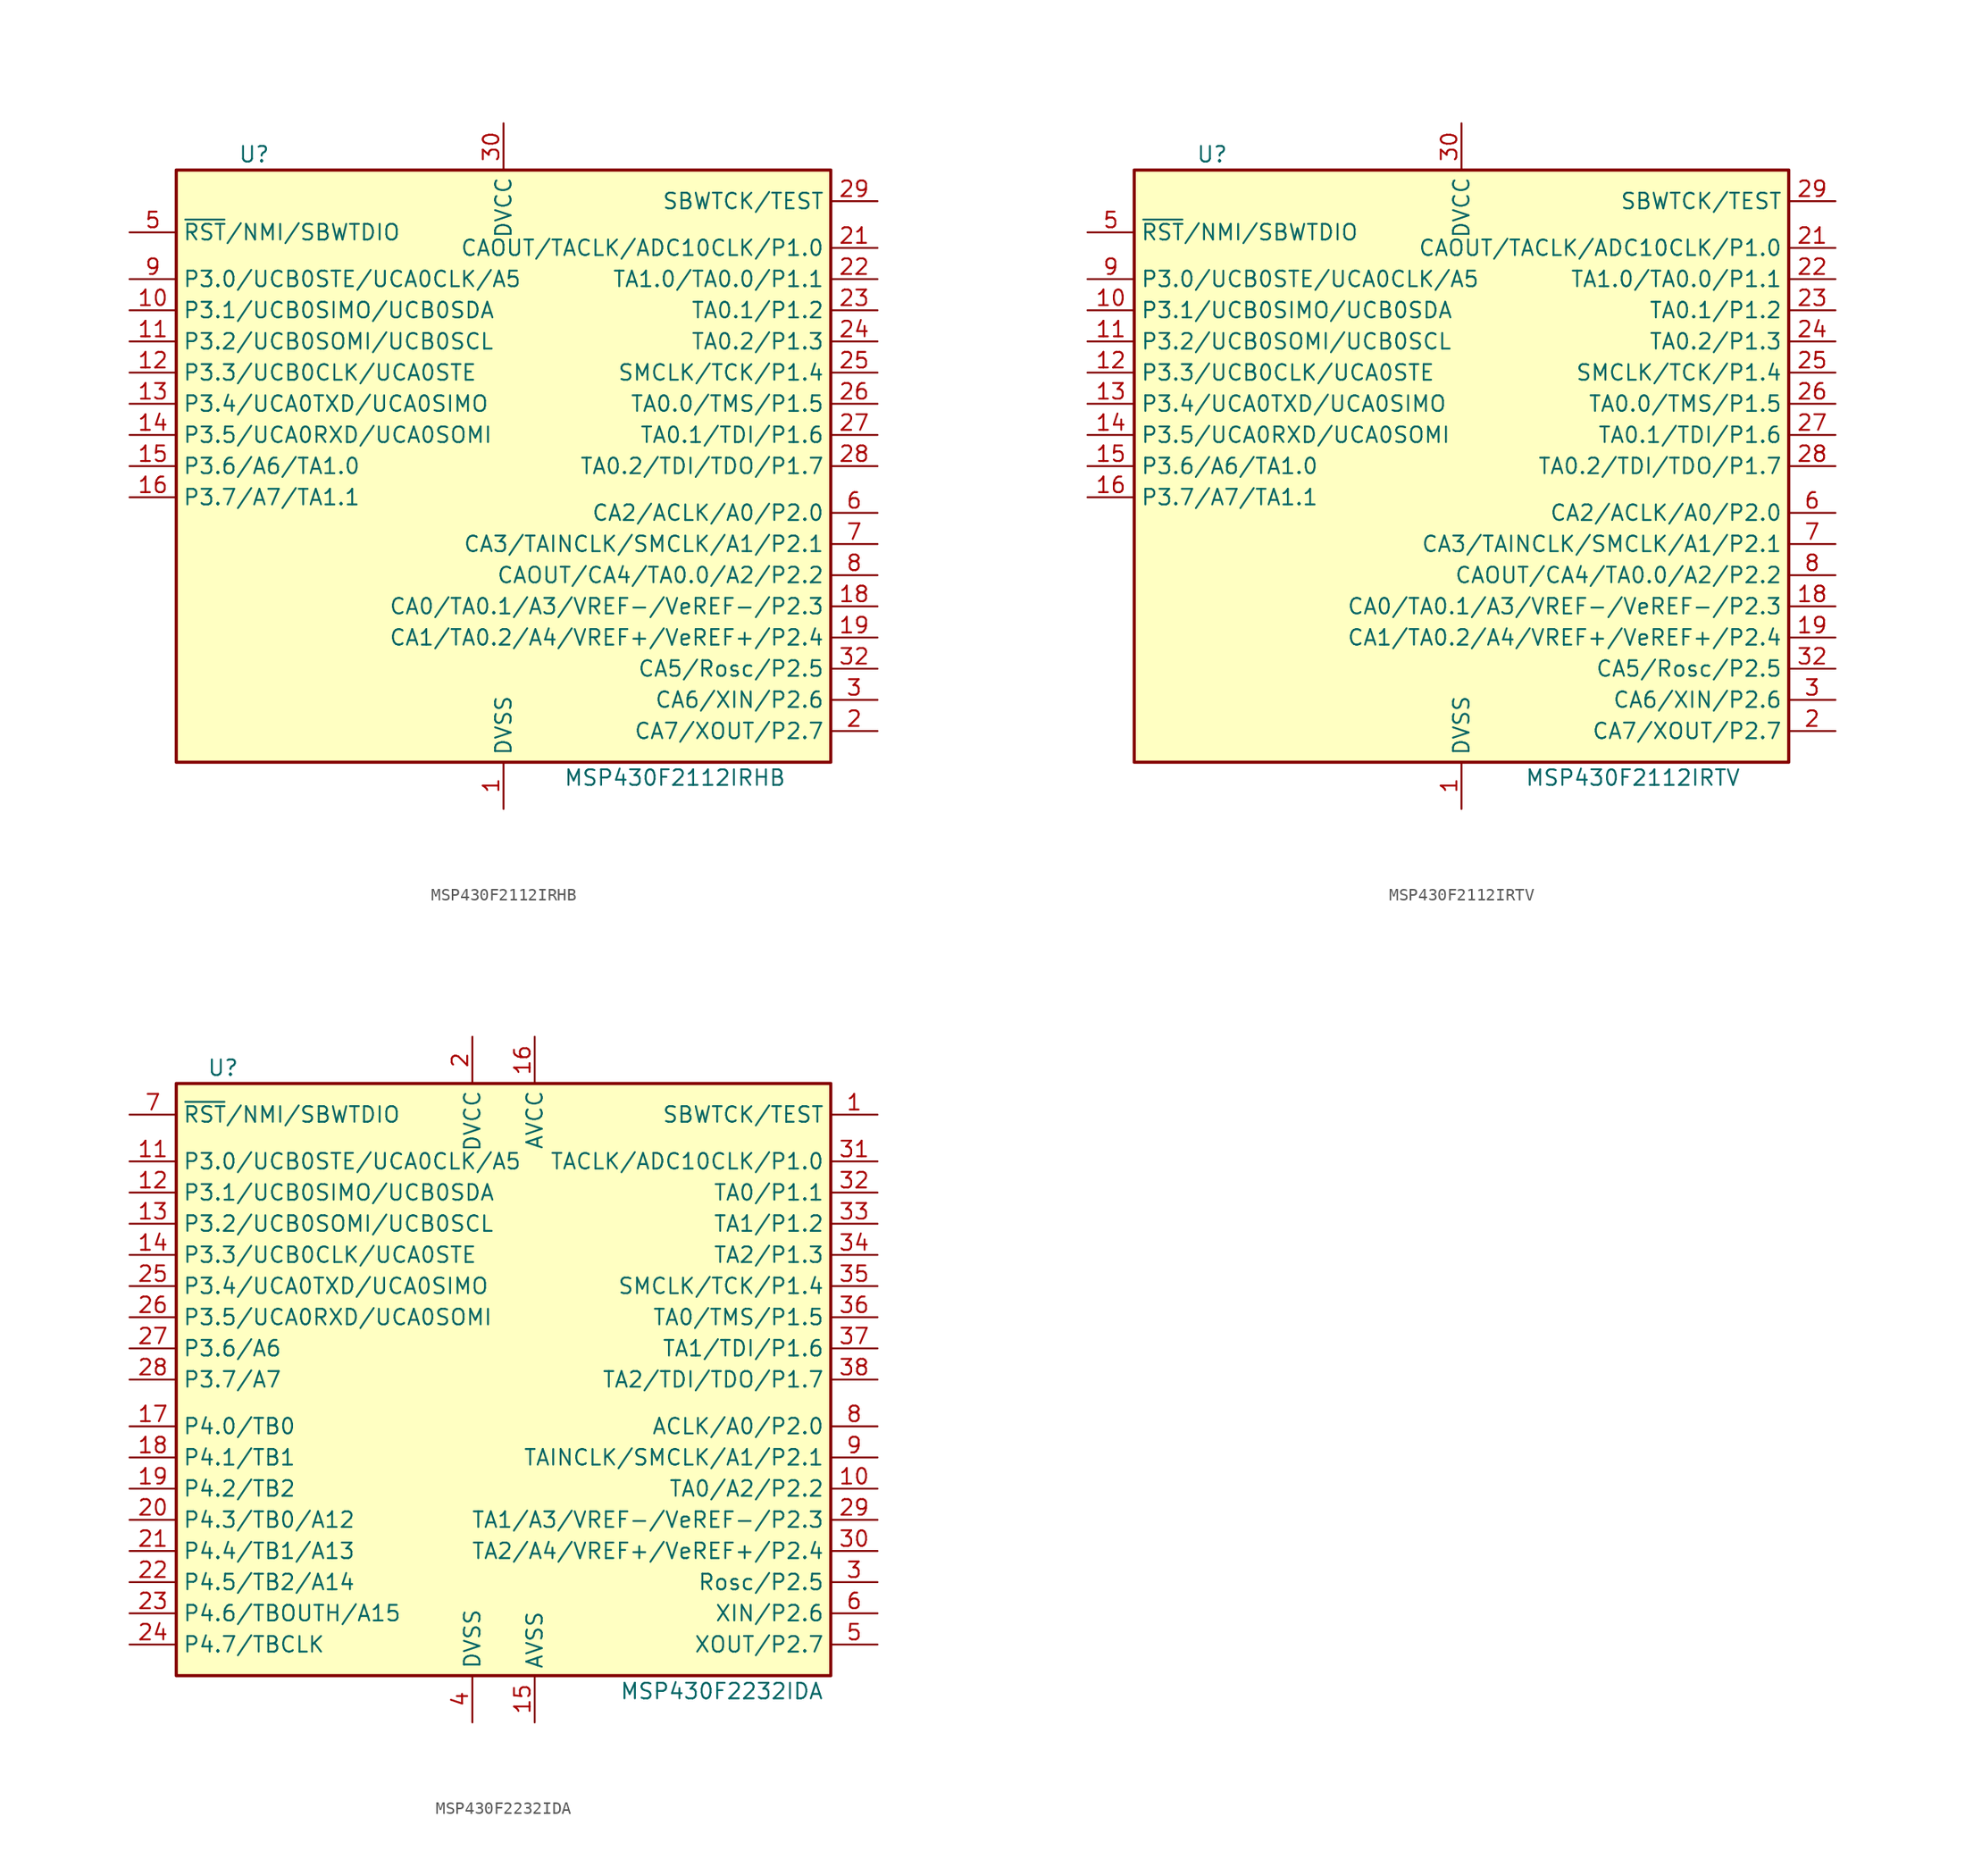
<source format=kicad_sym>
(kicad_symbol_lib
  (version 20220914)
  (generator kicad_symbol_editor)
  (symbol "MSP430F2112IRHB"
    (property "Reference" "U"
      (at -20.32 25.4 0)
      (effects (font (size 1.27 1.27))))
    (property "Value" "MSP430F2112IRHB"
      (at 13.97 -25.4 0)
      (effects (font (size 1.27 1.27))))
    (symbol "MSP430F2112IRHB_0_1"
      (rectangle (start -26.67 24.13) (end 26.67 -24.13) (stroke (width 0.254) (type default)) (fill (type background))))
    (symbol "MSP430F2112IRHB_1_1"
      (pin power_in line (at 0 -27.94 90) (length 3.81) (name "DVSS" (effects (font (size 1.27 1.27)))) (number "1" (effects (font (size 1.27 1.27)))))
      (pin bidirectional line (at -30.48 12.7 0) (length 3.81) (name "P3.1/UCB0SIMO/UCB0SDA" (effects (font (size 1.27 1.27)))) (number "10" (effects (font (size 1.27 1.27)))))
      (pin bidirectional line (at -30.48 10.16 0) (length 3.81) (name "P3.2/UCB0SOMI/UCB0SCL" (effects (font (size 1.27 1.27)))) (number "11" (effects (font (size 1.27 1.27)))))
      (pin bidirectional line (at -30.48 7.62 0) (length 3.81) (name "P3.3/UCB0CLK/UCA0STE" (effects (font (size 1.27 1.27)))) (number "12" (effects (font (size 1.27 1.27)))))
      (pin bidirectional line (at -30.48 5.08 0) (length 3.81) (name "P3.4/UCA0TXD/UCA0SIMO" (effects (font (size 1.27 1.27)))) (number "13" (effects (font (size 1.27 1.27)))))
      (pin bidirectional line (at -30.48 2.54 0) (length 3.81) (name "P3.5/UCA0RXD/UCA0SOMI" (effects (font (size 1.27 1.27)))) (number "14" (effects (font (size 1.27 1.27)))))
      (pin bidirectional line (at -30.48 0 0) (length 3.81) (name "P3.6/A6/TA1.0" (effects (font (size 1.27 1.27)))) (number "15" (effects (font (size 1.27 1.27)))))
      (pin bidirectional line (at -30.48 -2.54 0) (length 3.81) (name "P3.7/A7/TA1.1" (effects (font (size 1.27 1.27)))) (number "16" (effects (font (size 1.27 1.27)))))
      (pin bidirectional line (at 30.48 -11.43 180) (length 3.81) (name "CA0/TA0.1/A3/VREF-/VeREF-/P2.3" (effects (font (size 1.27 1.27)))) (number "18" (effects (font (size 1.27 1.27)))))
      (pin bidirectional line (at 30.48 -13.97 180) (length 3.81) (name "CA1/TA0.2/A4/VREF+/VeREF+/P2.4" (effects (font (size 1.27 1.27)))) (number "19" (effects (font (size 1.27 1.27)))))
      (pin bidirectional line (at 30.48 -21.59 180) (length 3.81) (name "CA7/XOUT/P2.7" (effects (font (size 1.27 1.27)))) (number "2" (effects (font (size 1.27 1.27)))))
      (pin bidirectional line (at 30.48 17.78 180) (length 3.81) (name "CAOUT/TACLK/ADC10CLK/P1.0" (effects (font (size 1.27 1.27)))) (number "21" (effects (font (size 1.27 1.27)))))
      (pin bidirectional line (at 30.48 15.24 180) (length 3.81) (name "TA1.0/TA0.0/P1.1" (effects (font (size 1.27 1.27)))) (number "22" (effects (font (size 1.27 1.27)))))
      (pin bidirectional line (at 30.48 12.7 180) (length 3.81) (name "TA0.1/P1.2" (effects (font (size 1.27 1.27)))) (number "23" (effects (font (size 1.27 1.27)))))
      (pin bidirectional line (at 30.48 10.16 180) (length 3.81) (name "TA0.2/P1.3" (effects (font (size 1.27 1.27)))) (number "24" (effects (font (size 1.27 1.27)))))
      (pin bidirectional line (at 30.48 7.62 180) (length 3.81) (name "SMCLK/TCK/P1.4" (effects (font (size 1.27 1.27)))) (number "25" (effects (font (size 1.27 1.27)))))
      (pin bidirectional line (at 30.48 5.08 180) (length 3.81) (name "TA0.0/TMS/P1.5" (effects (font (size 1.27 1.27)))) (number "26" (effects (font (size 1.27 1.27)))))
      (pin bidirectional line (at 30.48 2.54 180) (length 3.81) (name "TA0.1/TDI/P1.6" (effects (font (size 1.27 1.27)))) (number "27" (effects (font (size 1.27 1.27)))))
      (pin bidirectional line (at 30.48 0 180) (length 3.81) (name "TA0.2/TDI/TDO/P1.7" (effects (font (size 1.27 1.27)))) (number "28" (effects (font (size 1.27 1.27)))))
      (pin input line (at 30.48 21.59 180) (length 3.81) (name "SBWTCK/TEST" (effects (font (size 1.27 1.27)))) (number "29" (effects (font (size 1.27 1.27)))))
      (pin bidirectional line (at 30.48 -19.05 180) (length 3.81) (name "CA6/XIN/P2.6" (effects (font (size 1.27 1.27)))) (number "3" (effects (font (size 1.27 1.27)))))
      (pin power_in line (at 0 27.94 270) (length 3.81) (name "DVCC" (effects (font (size 1.27 1.27)))) (number "30" (effects (font (size 1.27 1.27)))))
      (pin bidirectional line (at 30.48 -16.51 180) (length 3.81) (name "CA5/Rosc/P2.5" (effects (font (size 1.27 1.27)))) (number "32" (effects (font (size 1.27 1.27)))))
      (pin bidirectional line (at -30.48 19.05 0) (length 3.81) (name "~{RST}/NMI/SBWTDIO" (effects (font (size 1.27 1.27)))) (number "5" (effects (font (size 1.27 1.27)))))
      (pin bidirectional line (at 30.48 -3.81 180) (length 3.81) (name "CA2/ACLK/A0/P2.0" (effects (font (size 1.27 1.27)))) (number "6" (effects (font (size 1.27 1.27)))))
      (pin bidirectional line (at 30.48 -6.35 180) (length 3.81) (name "CA3/TAINCLK/SMCLK/A1/P2.1" (effects (font (size 1.27 1.27)))) (number "7" (effects (font (size 1.27 1.27)))))
      (pin bidirectional line (at 30.48 -8.89 180) (length 3.81) (name "CAOUT/CA4/TA0.0/A2/P2.2" (effects (font (size 1.27 1.27)))) (number "8" (effects (font (size 1.27 1.27)))))
      (pin bidirectional line (at -30.48 15.24 0) (length 3.81) (name "P3.0/UCB0STE/UCA0CLK/A5" (effects (font (size 1.27 1.27)))) (number "9" (effects (font (size 1.27 1.27)))))))
  (symbol "MSP430F2112IRTV"
    (property "Reference" "U"
      (at -20.32 25.4 0)
      (effects (font (size 1.27 1.27))))
    (property "Value" "MSP430F2112IRTV"
      (at 13.97 -25.4 0)
      (effects (font (size 1.27 1.27))))
    (symbol "MSP430F2112IRTV_0_1"
      (rectangle (start -26.67 24.13) (end 26.67 -24.13) (stroke (width 0.254) (type default)) (fill (type background))))
    (symbol "MSP430F2112IRTV_1_1"
      (pin power_in line (at 0 -27.94 90) (length 3.81) (name "DVSS" (effects (font (size 1.27 1.27)))) (number "1" (effects (font (size 1.27 1.27)))))
      (pin bidirectional line (at -30.48 12.7 0) (length 3.81) (name "P3.1/UCB0SIMO/UCB0SDA" (effects (font (size 1.27 1.27)))) (number "10" (effects (font (size 1.27 1.27)))))
      (pin bidirectional line (at -30.48 10.16 0) (length 3.81) (name "P3.2/UCB0SOMI/UCB0SCL" (effects (font (size 1.27 1.27)))) (number "11" (effects (font (size 1.27 1.27)))))
      (pin bidirectional line (at -30.48 7.62 0) (length 3.81) (name "P3.3/UCB0CLK/UCA0STE" (effects (font (size 1.27 1.27)))) (number "12" (effects (font (size 1.27 1.27)))))
      (pin bidirectional line (at -30.48 5.08 0) (length 3.81) (name "P3.4/UCA0TXD/UCA0SIMO" (effects (font (size 1.27 1.27)))) (number "13" (effects (font (size 1.27 1.27)))))
      (pin bidirectional line (at -30.48 2.54 0) (length 3.81) (name "P3.5/UCA0RXD/UCA0SOMI" (effects (font (size 1.27 1.27)))) (number "14" (effects (font (size 1.27 1.27)))))
      (pin bidirectional line (at -30.48 0 0) (length 3.81) (name "P3.6/A6/TA1.0" (effects (font (size 1.27 1.27)))) (number "15" (effects (font (size 1.27 1.27)))))
      (pin bidirectional line (at -30.48 -2.54 0) (length 3.81) (name "P3.7/A7/TA1.1" (effects (font (size 1.27 1.27)))) (number "16" (effects (font (size 1.27 1.27)))))
      (pin bidirectional line (at 30.48 -11.43 180) (length 3.81) (name "CA0/TA0.1/A3/VREF-/VeREF-/P2.3" (effects (font (size 1.27 1.27)))) (number "18" (effects (font (size 1.27 1.27)))))
      (pin bidirectional line (at 30.48 -13.97 180) (length 3.81) (name "CA1/TA0.2/A4/VREF+/VeREF+/P2.4" (effects (font (size 1.27 1.27)))) (number "19" (effects (font (size 1.27 1.27)))))
      (pin bidirectional line (at 30.48 -21.59 180) (length 3.81) (name "CA7/XOUT/P2.7" (effects (font (size 1.27 1.27)))) (number "2" (effects (font (size 1.27 1.27)))))
      (pin bidirectional line (at 30.48 17.78 180) (length 3.81) (name "CAOUT/TACLK/ADC10CLK/P1.0" (effects (font (size 1.27 1.27)))) (number "21" (effects (font (size 1.27 1.27)))))
      (pin bidirectional line (at 30.48 15.24 180) (length 3.81) (name "TA1.0/TA0.0/P1.1" (effects (font (size 1.27 1.27)))) (number "22" (effects (font (size 1.27 1.27)))))
      (pin bidirectional line (at 30.48 12.7 180) (length 3.81) (name "TA0.1/P1.2" (effects (font (size 1.27 1.27)))) (number "23" (effects (font (size 1.27 1.27)))))
      (pin bidirectional line (at 30.48 10.16 180) (length 3.81) (name "TA0.2/P1.3" (effects (font (size 1.27 1.27)))) (number "24" (effects (font (size 1.27 1.27)))))
      (pin bidirectional line (at 30.48 7.62 180) (length 3.81) (name "SMCLK/TCK/P1.4" (effects (font (size 1.27 1.27)))) (number "25" (effects (font (size 1.27 1.27)))))
      (pin bidirectional line (at 30.48 5.08 180) (length 3.81) (name "TA0.0/TMS/P1.5" (effects (font (size 1.27 1.27)))) (number "26" (effects (font (size 1.27 1.27)))))
      (pin bidirectional line (at 30.48 2.54 180) (length 3.81) (name "TA0.1/TDI/P1.6" (effects (font (size 1.27 1.27)))) (number "27" (effects (font (size 1.27 1.27)))))
      (pin bidirectional line (at 30.48 0 180) (length 3.81) (name "TA0.2/TDI/TDO/P1.7" (effects (font (size 1.27 1.27)))) (number "28" (effects (font (size 1.27 1.27)))))
      (pin input line (at 30.48 21.59 180) (length 3.81) (name "SBWTCK/TEST" (effects (font (size 1.27 1.27)))) (number "29" (effects (font (size 1.27 1.27)))))
      (pin bidirectional line (at 30.48 -19.05 180) (length 3.81) (name "CA6/XIN/P2.6" (effects (font (size 1.27 1.27)))) (number "3" (effects (font (size 1.27 1.27)))))
      (pin power_in line (at 0 27.94 270) (length 3.81) (name "DVCC" (effects (font (size 1.27 1.27)))) (number "30" (effects (font (size 1.27 1.27)))))
      (pin bidirectional line (at 30.48 -16.51 180) (length 3.81) (name "CA5/Rosc/P2.5" (effects (font (size 1.27 1.27)))) (number "32" (effects (font (size 1.27 1.27)))))
      (pin bidirectional line (at -30.48 19.05 0) (length 3.81) (name "~{RST}/NMI/SBWTDIO" (effects (font (size 1.27 1.27)))) (number "5" (effects (font (size 1.27 1.27)))))
      (pin bidirectional line (at 30.48 -3.81 180) (length 3.81) (name "CA2/ACLK/A0/P2.0" (effects (font (size 1.27 1.27)))) (number "6" (effects (font (size 1.27 1.27)))))
      (pin bidirectional line (at 30.48 -6.35 180) (length 3.81) (name "CA3/TAINCLK/SMCLK/A1/P2.1" (effects (font (size 1.27 1.27)))) (number "7" (effects (font (size 1.27 1.27)))))
      (pin bidirectional line (at 30.48 -8.89 180) (length 3.81) (name "CAOUT/CA4/TA0.0/A2/P2.2" (effects (font (size 1.27 1.27)))) (number "8" (effects (font (size 1.27 1.27)))))
      (pin bidirectional line (at -30.48 15.24 0) (length 3.81) (name "P3.0/UCB0STE/UCA0CLK/A5" (effects (font (size 1.27 1.27)))) (number "9" (effects (font (size 1.27 1.27)))))))
  (symbol "MSP430F2232IDA"
    (property "Reference" "U"
      (at -22.86 25.4 0)
      (effects (font (size 1.27 1.27))))
    (property "Value" "MSP430F2232IDA"
      (at 17.78 -25.4 0)
      (effects (font (size 1.27 1.27))))
    (symbol "MSP430F2232IDA_0_1"
      (rectangle (start -26.67 24.13) (end 26.67 -24.13) (stroke (width 0.254) (type default)) (fill (type background))))
    (symbol "MSP430F2232IDA_1_1"
      (pin input line (at 30.48 21.59 180) (length 3.81) (name "SBWTCK/TEST" (effects (font (size 1.27 1.27)))) (number "1" (effects (font (size 1.27 1.27)))))
      (pin bidirectional line (at 30.48 -8.89 180) (length 3.81) (name "TA0/A2/P2.2" (effects (font (size 1.27 1.27)))) (number "10" (effects (font (size 1.27 1.27)))))
      (pin bidirectional line (at -30.48 17.78 0) (length 3.81) (name "P3.0/UCB0STE/UCA0CLK/A5" (effects (font (size 1.27 1.27)))) (number "11" (effects (font (size 1.27 1.27)))))
      (pin bidirectional line (at -30.48 15.24 0) (length 3.81) (name "P3.1/UCB0SIMO/UCB0SDA" (effects (font (size 1.27 1.27)))) (number "12" (effects (font (size 1.27 1.27)))))
      (pin bidirectional line (at -30.48 12.7 0) (length 3.81) (name "P3.2/UCB0SOMI/UCB0SCL" (effects (font (size 1.27 1.27)))) (number "13" (effects (font (size 1.27 1.27)))))
      (pin bidirectional line (at -30.48 10.16 0) (length 3.81) (name "P3.3/UCB0CLK/UCA0STE" (effects (font (size 1.27 1.27)))) (number "14" (effects (font (size 1.27 1.27)))))
      (pin power_in line (at 2.54 -27.94 90) (length 3.81) (name "AVSS" (effects (font (size 1.27 1.27)))) (number "15" (effects (font (size 1.27 1.27)))))
      (pin power_in line (at 2.54 27.94 270) (length 3.81) (name "AVCC" (effects (font (size 1.27 1.27)))) (number "16" (effects (font (size 1.27 1.27)))))
      (pin bidirectional line (at -30.48 -3.81 0) (length 3.81) (name "P4.0/TB0" (effects (font (size 1.27 1.27)))) (number "17" (effects (font (size 1.27 1.27)))))
      (pin bidirectional line (at -30.48 -6.35 0) (length 3.81) (name "P4.1/TB1" (effects (font (size 1.27 1.27)))) (number "18" (effects (font (size 1.27 1.27)))))
      (pin bidirectional line (at -30.48 -8.89 0) (length 3.81) (name "P4.2/TB2" (effects (font (size 1.27 1.27)))) (number "19" (effects (font (size 1.27 1.27)))))
      (pin power_in line (at -2.54 27.94 270) (length 3.81) (name "DVCC" (effects (font (size 1.27 1.27)))) (number "2" (effects (font (size 1.27 1.27)))))
      (pin bidirectional line (at -30.48 -11.43 0) (length 3.81) (name "P4.3/TB0/A12" (effects (font (size 1.27 1.27)))) (number "20" (effects (font (size 1.27 1.27)))))
      (pin bidirectional line (at -30.48 -13.97 0) (length 3.81) (name "P4.4/TB1/A13" (effects (font (size 1.27 1.27)))) (number "21" (effects (font (size 1.27 1.27)))))
      (pin bidirectional line (at -30.48 -16.51 0) (length 3.81) (name "P4.5/TB2/A14" (effects (font (size 1.27 1.27)))) (number "22" (effects (font (size 1.27 1.27)))))
      (pin bidirectional line (at -30.48 -19.05 0) (length 3.81) (name "P4.6/TBOUTH/A15" (effects (font (size 1.27 1.27)))) (number "23" (effects (font (size 1.27 1.27)))))
      (pin bidirectional line (at -30.48 -21.59 0) (length 3.81) (name "P4.7/TBCLK" (effects (font (size 1.27 1.27)))) (number "24" (effects (font (size 1.27 1.27)))))
      (pin bidirectional line (at -30.48 7.62 0) (length 3.81) (name "P3.4/UCA0TXD/UCA0SIMO" (effects (font (size 1.27 1.27)))) (number "25" (effects (font (size 1.27 1.27)))))
      (pin bidirectional line (at -30.48 5.08 0) (length 3.81) (name "P3.5/UCA0RXD/UCA0SOMI" (effects (font (size 1.27 1.27)))) (number "26" (effects (font (size 1.27 1.27)))))
      (pin bidirectional line (at -30.48 2.54 0) (length 3.81) (name "P3.6/A6" (effects (font (size 1.27 1.27)))) (number "27" (effects (font (size 1.27 1.27)))))
      (pin bidirectional line (at -30.48 0 0) (length 3.81) (name "P3.7/A7" (effects (font (size 1.27 1.27)))) (number "28" (effects (font (size 1.27 1.27)))))
      (pin bidirectional line (at 30.48 -11.43 180) (length 3.81) (name "TA1/A3/VREF-/VeREF-/P2.3" (effects (font (size 1.27 1.27)))) (number "29" (effects (font (size 1.27 1.27)))))
      (pin bidirectional line (at 30.48 -16.51 180) (length 3.81) (name "Rosc/P2.5" (effects (font (size 1.27 1.27)))) (number "3" (effects (font (size 1.27 1.27)))))
      (pin bidirectional line (at 30.48 -13.97 180) (length 3.81) (name "TA2/A4/VREF+/VeREF+/P2.4" (effects (font (size 1.27 1.27)))) (number "30" (effects (font (size 1.27 1.27)))))
      (pin bidirectional line (at 30.48 17.78 180) (length 3.81) (name "TACLK/ADC10CLK/P1.0" (effects (font (size 1.27 1.27)))) (number "31" (effects (font (size 1.27 1.27)))))
      (pin bidirectional line (at 30.48 15.24 180) (length 3.81) (name "TA0/P1.1" (effects (font (size 1.27 1.27)))) (number "32" (effects (font (size 1.27 1.27)))))
      (pin bidirectional line (at 30.48 12.7 180) (length 3.81) (name "TA1/P1.2" (effects (font (size 1.27 1.27)))) (number "33" (effects (font (size 1.27 1.27)))))
      (pin bidirectional line (at 30.48 10.16 180) (length 3.81) (name "TA2/P1.3" (effects (font (size 1.27 1.27)))) (number "34" (effects (font (size 1.27 1.27)))))
      (pin bidirectional line (at 30.48 7.62 180) (length 3.81) (name "SMCLK/TCK/P1.4" (effects (font (size 1.27 1.27)))) (number "35" (effects (font (size 1.27 1.27)))))
      (pin bidirectional line (at 30.48 5.08 180) (length 3.81) (name "TA0/TMS/P1.5" (effects (font (size 1.27 1.27)))) (number "36" (effects (font (size 1.27 1.27)))))
      (pin bidirectional line (at 30.48 2.54 180) (length 3.81) (name "TA1/TDI/P1.6" (effects (font (size 1.27 1.27)))) (number "37" (effects (font (size 1.27 1.27)))))
      (pin bidirectional line (at 30.48 0 180) (length 3.81) (name "TA2/TDI/TDO/P1.7" (effects (font (size 1.27 1.27)))) (number "38" (effects (font (size 1.27 1.27)))))
      (pin power_in line (at -2.54 -27.94 90) (length 3.81) (name "DVSS" (effects (font (size 1.27 1.27)))) (number "4" (effects (font (size 1.27 1.27)))))
      (pin bidirectional line (at 30.48 -21.59 180) (length 3.81) (name "XOUT/P2.7" (effects (font (size 1.27 1.27)))) (number "5" (effects (font (size 1.27 1.27)))))
      (pin bidirectional line (at 30.48 -19.05 180) (length 3.81) (name "XIN/P2.6" (effects (font (size 1.27 1.27)))) (number "6" (effects (font (size 1.27 1.27)))))
      (pin bidirectional line (at -30.48 21.59 0) (length 3.81) (name "~{RST}/NMI/SBWTDIO" (effects (font (size 1.27 1.27)))) (number "7" (effects (font (size 1.27 1.27)))))
      (pin bidirectional line (at 30.48 -3.81 180) (length 3.81) (name "ACLK/A0/P2.0" (effects (font (size 1.27 1.27)))) (number "8" (effects (font (size 1.27 1.27)))))
      (pin bidirectional line (at 30.48 -6.35 180) (length 3.81) (name "TAINCLK/SMCLK/A1/P2.1" (effects (font (size 1.27 1.27)))) (number "9" (effects (font (size 1.27 1.27))))))))
</source>
